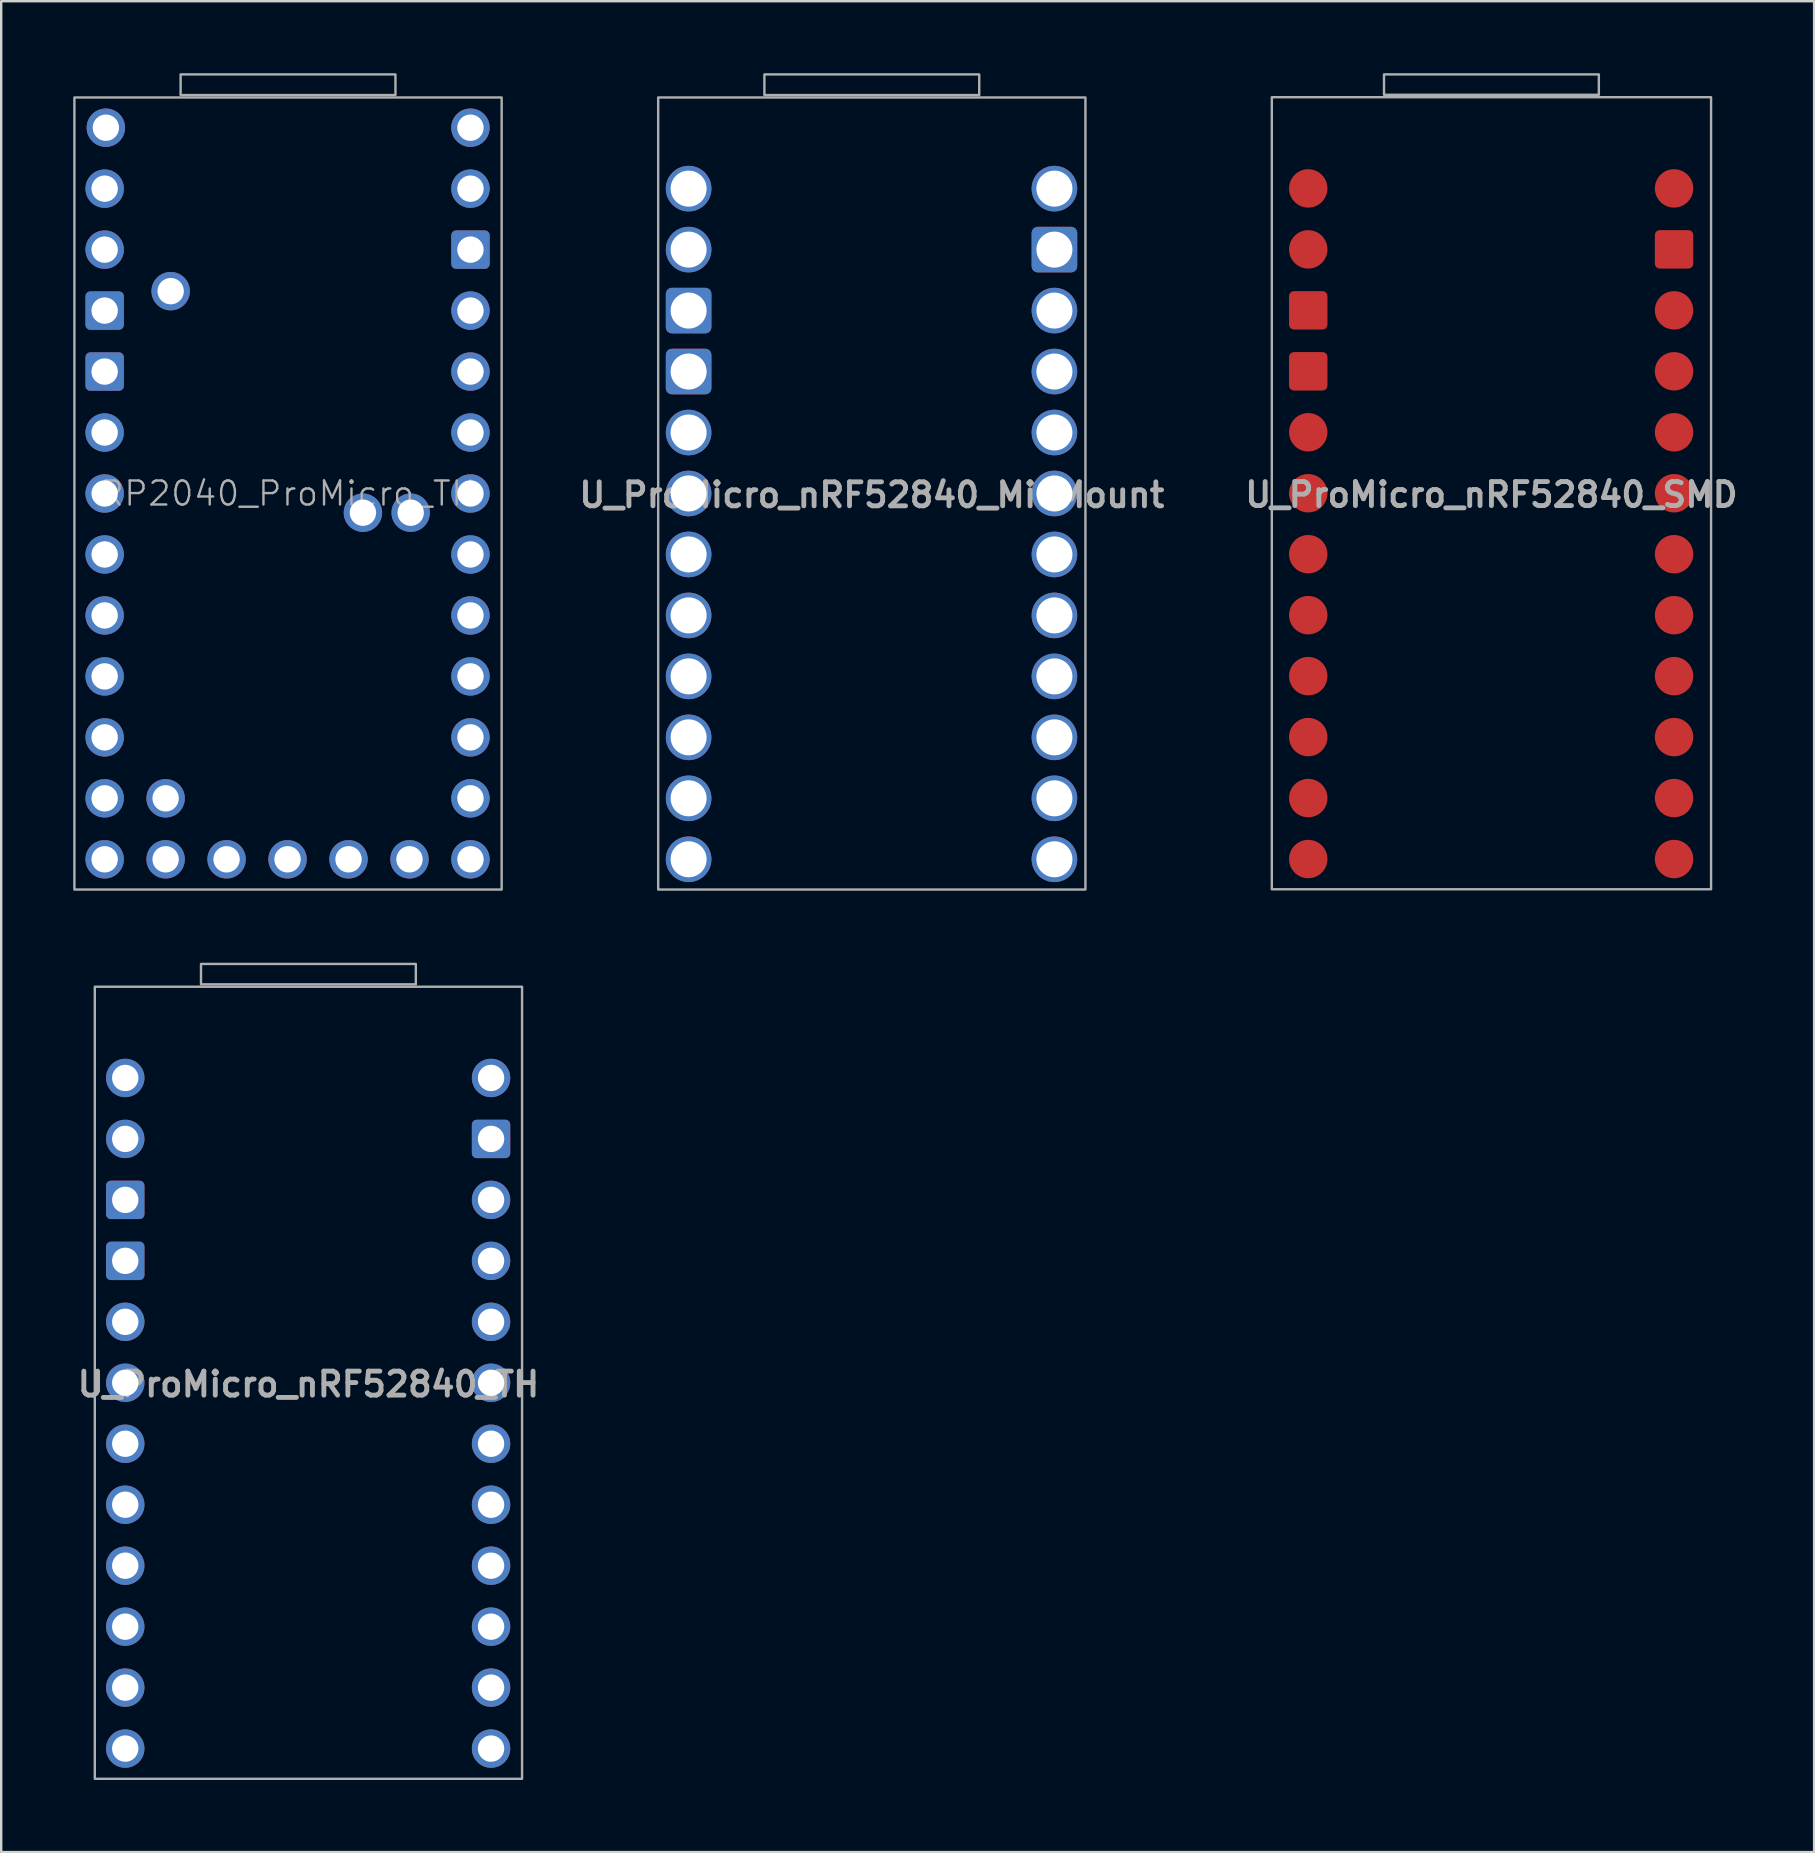
<source format=kicad_pcb>
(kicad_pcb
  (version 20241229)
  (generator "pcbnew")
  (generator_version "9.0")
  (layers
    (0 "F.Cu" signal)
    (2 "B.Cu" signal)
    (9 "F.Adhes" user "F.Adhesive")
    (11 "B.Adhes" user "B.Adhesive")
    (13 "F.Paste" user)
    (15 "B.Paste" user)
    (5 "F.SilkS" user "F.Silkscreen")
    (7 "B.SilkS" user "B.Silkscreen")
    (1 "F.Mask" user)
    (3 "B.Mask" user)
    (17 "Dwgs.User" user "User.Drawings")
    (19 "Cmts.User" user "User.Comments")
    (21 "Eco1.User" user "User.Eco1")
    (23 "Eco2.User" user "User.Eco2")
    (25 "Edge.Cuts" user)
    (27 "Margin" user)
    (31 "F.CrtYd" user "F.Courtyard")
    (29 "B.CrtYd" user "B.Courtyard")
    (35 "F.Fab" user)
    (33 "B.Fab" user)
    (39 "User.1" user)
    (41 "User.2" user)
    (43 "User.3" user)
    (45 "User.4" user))
  (footprint "RP2040_ProMicro_TH"
    (layer "F.Cu")
    (at 8.95 17.51)
    (property "Reference" "RP2040_ProMicro_TH" (at 0 0 0) (unlocked yes) (layer "F.Fab") (effects (font (size 1 1) (thickness 0.1))))
    (attr through_hole)
    (fp_rect (start -4.475 -16.6) (end 4.475 -17.46) (stroke (width 0.1) (type solid)) (fill no) (layer "F.Fab"))
    (fp_rect (start 8.9 -16.5) (end -8.9 16.5) (stroke (width 0.1) (type solid)) (fill no) (layer "F.Fab"))
    (pad "0" thru_hole circle (at -7.64 -12.7) (size 1.6 1.6) (drill 1.1) (layers "*.Cu" "*.Mask"))
    (pad "1" thru_hole circle (at -7.64 -10.16) (size 1.6 1.6) (drill 1.1) (layers "*.Cu" "*.Mask"))
    (pad "2" thru_hole circle (at -7.64 -2.54) (size 1.6 1.6) (drill 1.1) (layers "*.Cu" "*.Mask"))
    (pad "3" thru_hole circle (at -7.64 0) (size 1.6 1.6) (drill 1.1) (layers "*.Cu" "*.Mask"))
    (pad "3V3" thru_hole circle (at 7.6 -5.08) (size 1.6 1.6) (drill 1.1) (layers "*.Cu" "*.Mask"))
    (pad "4" thru_hole circle (at -7.64 2.54) (size 1.6 1.6) (drill 1.1) (layers "*.Cu" "*.Mask"))
    (pad "5" thru_hole circle (at -7.64 5.08) (size 1.6 1.6) (drill 1.1) (layers "*.Cu" "*.Mask"))
    (pad "5V" thru_hole circle (at 7.6 -12.7) (size 1.6 1.6) (drill 1.1) (layers "*.Cu" "*.Mask"))
    (pad "6" thru_hole circle (at -7.64 7.62) (size 1.6 1.6) (drill 1.1) (layers "*.Cu" "*.Mask"))
    (pad "7" thru_hole circle (at -7.64 10.16) (size 1.6 1.6) (drill 1.1) (layers "*.Cu" "*.Mask"))
    (pad "8" thru_hole circle (at -7.64 12.7) (size 1.6 1.6) (drill 1.1) (layers "*.Cu" "*.Mask"))
    (pad "9" thru_hole circle (at -7.64 15.24) (size 1.6 1.6) (drill 1.1) (layers "*.Cu" "*.Mask"))
    (pad "10" thru_hole circle (at -7.59 -15.24) (size 1.6 1.6) (drill 1.1) (layers "*.Cu" "*.Mask"))
    (pad "11" thru_hole circle (at 7.6 -15.24) (size 1.6 1.6) (drill 1.1) (layers "*.Cu" "*.Mask"))
    (pad "12" thru_hole circle (at -5.1 15.24) (size 1.6 1.6) (drill 1.1) (layers "*.Cu" "*.Mask"))
    (pad "13" thru_hole circle (at -2.56 15.24) (size 1.6 1.6) (drill 1.1) (layers "*.Cu" "*.Mask"))
    (pad "14" thru_hole circle (at -0.02 15.24) (size 1.6 1.6) (drill 1.1) (layers "*.Cu" "*.Mask"))
    (pad "15" thru_hole circle (at 2.52 15.24) (size 1.6 1.6) (drill 1.1) (layers "*.Cu" "*.Mask"))
    (pad "16" thru_hole circle (at 5.06 15.24) (size 1.6 1.6) (drill 1.1) (layers "*.Cu" "*.Mask"))
    (pad "18" thru_hole circle (at 3.12 0.8) (size 1.6 1.6) (drill 1.1) (layers "*.Cu" "*.Mask"))
    (pad "20" thru_hole circle (at 7.6 10.16) (size 1.6 1.6) (drill 1.1) (layers "*.Cu" "*.Mask"))
    (pad "21" thru_hole circle (at 7.6 15.24) (size 1.6 1.6) (drill 1.1) (layers "*.Cu" "*.Mask"))
    (pad "22" thru_hole circle (at 7.6 7.62) (size 1.6 1.6) (drill 1.1) (layers "*.Cu" "*.Mask"))
    (pad "23" thru_hole circle (at 7.6 12.7) (size 1.6 1.6) (drill 1.1) (layers "*.Cu" "*.Mask"))
    (pad "24" thru_hole circle (at 5.11 0.8) (size 1.6 1.6) (drill 1.1) (layers "*.Cu" "*.Mask"))
    (pad "25" thru_hole circle (at -5.1 12.7) (size 1.6 1.6) (drill 1.1) (layers "*.Cu" "*.Mask"))
    (pad "26" thru_hole circle (at 7.6 5.08) (size 1.6 1.6) (drill 1.1) (layers "*.Cu" "*.Mask"))
    (pad "27" thru_hole circle (at 7.6 2.54) (size 1.6 1.6) (drill 1.1) (layers "*.Cu" "*.Mask"))
    (pad "28" thru_hole circle (at 7.6 0) (size 1.6 1.6) (drill 1.1) (layers "*.Cu" "*.Mask"))
    (pad "29" thru_hole circle (at 7.6 -2.54) (size 1.6 1.6) (drill 1.1) (layers "*.Cu" "*.Mask"))
    (pad "BOOT" thru_hole circle (at -4.89 -8.43) (size 1.6 1.6) (drill 1.1) (layers "*.Cu" "*.Mask"))
    (pad "GND" thru_hole roundrect (at -7.64 -7.62) (size 1.6 1.6) (drill 1.1) (layers "*.Cu" "*.Mask") (roundrect_rratio 0.125))
    (pad "GND" thru_hole roundrect (at -7.64 -5.08) (size 1.6 1.6) (drill 1.1) (layers "*.Cu" "*.Mask") (roundrect_rratio 0.125))
    (pad "GND" thru_hole roundrect (at 7.6 -10.16) (size 1.6 1.6) (drill 1.1) (layers "*.Cu" "*.Mask") (roundrect_rratio 0.125))
    (pad "RST" thru_hole circle (at 7.6 -7.62) (size 1.6 1.6) (drill 1.1) (layers "*.Cu" "*.Mask")))
  (footprint "U_ProMicro_nRF52840_MidMount"
    (layer "F.Cu")
    (at 33.271 17.291)
    (property "Reference" "U_ProMicro_nRF52840_MidMount" (at 0 0.28 0) (layer "F.Fab") (effects (font (size 1 1) (thickness 0.203))))
    (attr through_hole)
    (fp_rect (start -4.475 -16.381) (end 4.475 -17.241) (stroke (width 0.1) (type solid)) (fill no) (layer "F.Fab"))
    (fp_rect (start 8.9 -16.281) (end -8.9 16.719) (stroke (width 0.1) (type solid)) (fill no) (layer "F.Fab"))
    (pad "1" thru_hole oval (at -7.632 -12.482) (size 1.9 1.9) (drill 1.5) (layers "*.Cu" "*.Paste" "*.Mask"))
    (pad "2" thru_hole oval (at -7.632 -9.942) (size 1.9 1.9) (drill 1.5) (layers "*.Cu" "*.Paste" "*.Mask"))
    (pad "3" thru_hole roundrect (at -7.632 -7.402) (size 1.9 1.9) (drill 1.5) (layers "*.Cu" "*.Paste" "*.Mask") (roundrect_rratio 0.132))
    (pad "4" thru_hole roundrect (at -7.632 -4.862) (size 1.9 1.9) (drill 1.5) (layers "*.Cu" "*.Paste" "*.Mask") (roundrect_rratio 0.132))
    (pad "5" thru_hole oval (at -7.632 -2.322) (size 1.9 1.9) (drill 1.5) (layers "*.Cu" "*.Paste" "*.Mask"))
    (pad "6" thru_hole oval (at -7.632 0.218) (size 1.9 1.9) (drill 1.5) (layers "*.Cu" "*.Paste" "*.Mask"))
    (pad "7" thru_hole oval (at -7.632 2.758) (size 1.9 1.9) (drill 1.5) (layers "*.Cu" "*.Paste" "*.Mask"))
    (pad "8" thru_hole oval (at -7.632 5.298) (size 1.9 1.9) (drill 1.5) (layers "*.Cu" "*.Paste" "*.Mask"))
    (pad "9" thru_hole oval (at -7.632 7.838) (size 1.9 1.9) (drill 1.5) (layers "*.Cu" "*.Paste" "*.Mask"))
    (pad "10" thru_hole oval (at -7.632 10.378) (size 1.9 1.9) (drill 1.5) (layers "*.Cu" "*.Paste" "*.Mask"))
    (pad "11" thru_hole oval (at -7.632 12.918) (size 1.9 1.9) (drill 1.5) (layers "*.Cu" "*.Paste" "*.Mask"))
    (pad "12" thru_hole oval (at -7.632 15.458) (size 1.9 1.9) (drill 1.5) (layers "*.Cu" "*.Paste" "*.Mask"))
    (pad "13" thru_hole oval (at 7.608 15.458) (size 1.9 1.9) (drill 1.5) (layers "*.Cu" "*.Paste" "*.Mask"))
    (pad "14" thru_hole oval (at 7.608 12.918) (size 1.9 1.9) (drill 1.5) (layers "*.Cu" "*.Paste" "*.Mask"))
    (pad "15" thru_hole oval (at 7.608 10.378) (size 1.9 1.9) (drill 1.5) (layers "*.Cu" "*.Paste" "*.Mask"))
    (pad "16" thru_hole oval (at 7.608 7.838) (size 1.9 1.9) (drill 1.5) (layers "*.Cu" "*.Paste" "*.Mask"))
    (pad "17" thru_hole oval (at 7.608 5.298) (size 1.9 1.9) (drill 1.5) (layers "*.Cu" "*.Paste" "*.Mask"))
    (pad "18" thru_hole oval (at 7.608 2.758) (size 1.9 1.9) (drill 1.5) (layers "*.Cu" "*.Paste" "*.Mask"))
    (pad "19" thru_hole oval (at 7.608 0.218) (size 1.9 1.9) (drill 1.5) (layers "*.Cu" "*.Paste" "*.Mask"))
    (pad "20" thru_hole oval (at 7.608 -2.322) (size 1.9 1.9) (drill 1.5) (layers "*.Cu" "*.Paste" "*.Mask"))
    (pad "21" thru_hole oval (at 7.608 -4.862) (size 1.9 1.9) (drill 1.5) (layers "*.Cu" "*.Paste" "*.Mask"))
    (pad "22" thru_hole oval (at 7.608 -7.402) (size 1.9 1.9) (drill 1.5) (layers "*.Cu" "*.Paste" "*.Mask"))
    (pad "23" thru_hole roundrect (at 7.608 -9.942) (size 1.9 1.9) (drill 1.5) (layers "*.Cu" "*.Paste" "*.Mask") (roundrect_rratio 0.132))
    (pad "24" thru_hole oval (at 7.608 -12.482) (size 1.9 1.9) (drill 1.5) (layers "*.Cu" "*.Paste" "*.Mask")))
  (footprint "U_ProMicro_nRF52840_TH"
    (layer "F.Cu")
    (at 9.8 54.341)
    (property "Reference" "U_ProMicro_nRF52840_TH" (at 0 0.28 0) (layer "F.Fab") (effects (font (size 1 1) (thickness 0.203))))
    (attr through_hole)
    (fp_rect (start -4.476 -16.381) (end 4.474 -17.231) (stroke (width 0.1) (type solid)) (fill no) (layer "F.Fab"))
    (fp_rect (start 8.9 -16.282) (end -8.9 16.718) (stroke (width 0.1) (type solid)) (fill no) (layer "F.Fab"))
    (pad "1" thru_hole circle (at -7.632 -12.482 90) (size 1.6 1.6) (drill 1.1) (layers "*.Cu" "*.Mask"))
    (pad "2" thru_hole circle (at -7.632 -9.942 90) (size 1.6 1.6) (drill 1.1) (layers "*.Cu" "*.Mask"))
    (pad "3" thru_hole roundrect (at -7.632 -7.402 90) (size 1.6 1.6) (drill 1.1) (layers "*.Cu" "*.Mask") (roundrect_rratio 0.125))
    (pad "4" thru_hole roundrect (at -7.632 -4.862 90) (size 1.6 1.6) (drill 1.1) (layers "*.Cu" "*.Mask") (roundrect_rratio 0.125))
    (pad "5" thru_hole circle (at -7.632 -2.322 90) (size 1.6 1.6) (drill 1.1) (layers "*.Cu" "*.Mask"))
    (pad "6" thru_hole circle (at -7.632 0.218 90) (size 1.6 1.6) (drill 1.1) (layers "*.Cu" "*.Mask"))
    (pad "7" thru_hole circle (at -7.632 2.758 90) (size 1.6 1.6) (drill 1.1) (layers "*.Cu" "*.Mask"))
    (pad "8" thru_hole circle (at -7.632 5.298 90) (size 1.6 1.6) (drill 1.1) (layers "*.Cu" "*.Mask"))
    (pad "9" thru_hole circle (at -7.632 7.838 90) (size 1.6 1.6) (drill 1.1) (layers "*.Cu" "*.Mask"))
    (pad "10" thru_hole circle (at -7.632 10.378 90) (size 1.6 1.6) (drill 1.1) (layers "*.Cu" "*.Mask"))
    (pad "11" thru_hole circle (at -7.632 12.918 90) (size 1.6 1.6) (drill 1.1) (layers "*.Cu" "*.Mask"))
    (pad "12" thru_hole circle (at -7.632 15.458 90) (size 1.6 1.6) (drill 1.1) (layers "*.Cu" "*.Mask"))
    (pad "13" thru_hole circle (at 7.608 15.458 270) (size 1.6 1.6) (drill 1.1) (layers "*.Cu" "*.Mask"))
    (pad "14" thru_hole circle (at 7.608 12.918 270) (size 1.6 1.6) (drill 1.1) (layers "*.Cu" "*.Mask"))
    (pad "15" thru_hole circle (at 7.608 10.378 270) (size 1.6 1.6) (drill 1.1) (layers "*.Cu" "*.Mask"))
    (pad "16" thru_hole circle (at 7.608 7.838 270) (size 1.6 1.6) (drill 1.1) (layers "*.Cu" "*.Mask"))
    (pad "17" thru_hole circle (at 7.608 5.298 270) (size 1.6 1.6) (drill 1.1) (layers "*.Cu" "*.Mask"))
    (pad "18" thru_hole circle (at 7.608 2.758 270) (size 1.6 1.6) (drill 1.1) (layers "*.Cu" "*.Mask"))
    (pad "19" thru_hole circle (at 7.608 0.218 270) (size 1.6 1.6) (drill 1.1) (layers "*.Cu" "*.Mask"))
    (pad "20" thru_hole circle (at 7.608 -2.322 270) (size 1.6 1.6) (drill 1.1) (layers "*.Cu" "*.Mask"))
    (pad "21" thru_hole circle (at 7.608 -4.862 270) (size 1.6 1.6) (drill 1.1) (layers "*.Cu" "*.Mask"))
    (pad "22" thru_hole circle (at 7.608 -7.402 270) (size 1.6 1.6) (drill 1.1) (layers "*.Cu" "*.Mask"))
    (pad "23" thru_hole roundrect (at 7.608 -9.942 270) (size 1.6 1.6) (drill 1.1) (layers "*.Cu" "*.Mask") (roundrect_rratio 0.125))
    (pad "24" thru_hole circle (at 7.608 -12.482 270) (size 1.6 1.6) (drill 1.1) (layers "*.Cu" "*.Mask")))
  (footprint "U_ProMicro_nRF52840_SMD"
    (layer "F.Cu")
    (at 59.086 17.281)
    (property "Reference" "U_ProMicro_nRF52840_SMD" (at 0 0.28 0) (layer "F.Fab") (effects (font (size 1 1) (thickness 0.203))))
    (attr through_hole)
    (fp_rect (start -4.476 -16.381) (end 4.474 -17.231) (stroke (width 0.1) (type solid)) (fill no) (layer "F.Fab"))
    (fp_rect (start 9.15 -16.282) (end -9.15 16.718) (stroke (width 0.1) (type solid)) (fill no) (layer "F.Fab"))
    (pad "1" smd circle (at -7.632 -12.482 90) (size 1.6 1.6) (layers "F.Cu" "F.Mask" "F.Paste"))
    (pad "2" smd circle (at -7.632 -9.942 90) (size 1.6 1.6) (layers "F.Cu" "F.Mask" "F.Paste"))
    (pad "3" smd roundrect (at -7.632 -7.402 90) (size 1.6 1.6) (layers "F.Cu" "F.Mask" "F.Paste") (roundrect_rratio 0.125))
    (pad "4" smd roundrect (at -7.632 -4.862 90) (size 1.6 1.6) (layers "F.Cu" "F.Mask" "F.Paste") (roundrect_rratio 0.125))
    (pad "5" smd circle (at -7.632 -2.322 90) (size 1.6 1.6) (layers "F.Cu" "F.Mask" "F.Paste"))
    (pad "6" smd circle (at -7.632 0.218 90) (size 1.6 1.6) (layers "F.Cu" "F.Mask" "F.Paste"))
    (pad "7" smd circle (at -7.632 2.758 90) (size 1.6 1.6) (layers "F.Cu" "F.Mask" "F.Paste"))
    (pad "8" smd circle (at -7.632 5.298 90) (size 1.6 1.6) (layers "F.Cu" "F.Mask" "F.Paste"))
    (pad "9" smd circle (at -7.632 7.838 90) (size 1.6 1.6) (layers "F.Cu" "F.Mask" "F.Paste"))
    (pad "10" smd circle (at -7.632 10.378 90) (size 1.6 1.6) (layers "F.Cu" "F.Mask" "F.Paste"))
    (pad "11" smd circle (at -7.632 12.918 90) (size 1.6 1.6) (layers "F.Cu" "F.Mask" "F.Paste"))
    (pad "12" smd circle (at -7.632 15.458 90) (size 1.6 1.6) (layers "F.Cu" "F.Mask" "F.Paste"))
    (pad "13" smd circle (at 7.608 15.458 90) (size 1.6 1.6) (layers "F.Cu" "F.Mask" "F.Paste"))
    (pad "14" smd circle (at 7.608 12.918 90) (size 1.6 1.6) (layers "F.Cu" "F.Mask" "F.Paste"))
    (pad "15" smd circle (at 7.608 10.378 90) (size 1.6 1.6) (layers "F.Cu" "F.Mask" "F.Paste"))
    (pad "16" smd circle (at 7.608 7.838 90) (size 1.6 1.6) (layers "F.Cu" "F.Mask" "F.Paste"))
    (pad "17" smd circle (at 7.608 5.298 90) (size 1.6 1.6) (layers "F.Cu" "F.Mask" "F.Paste"))
    (pad "18" smd circle (at 7.608 2.758 90) (size 1.6 1.6) (layers "F.Cu" "F.Mask" "F.Paste"))
    (pad "19" smd circle (at 7.608 0.218 90) (size 1.6 1.6) (layers "F.Cu" "F.Mask" "F.Paste"))
    (pad "20" smd circle (at 7.608 -2.322 90) (size 1.6 1.6) (layers "F.Cu" "F.Mask" "F.Paste"))
    (pad "21" smd circle (at 7.608 -4.862 90) (size 1.6 1.6) (layers "F.Cu" "F.Mask" "F.Paste"))
    (pad "22" smd circle (at 7.608 -7.402 90) (size 1.6 1.6) (layers "F.Cu" "F.Mask" "F.Paste"))
    (pad "23" smd roundrect (at 7.608 -9.942 90) (size 1.6 1.6) (layers "F.Cu" "F.Mask" "F.Paste") (roundrect_rratio 0.125))
    (pad "24" smd circle (at 7.608 -12.482 90) (size 1.6 1.6) (layers "F.Cu" "F.Mask" "F.Paste")))
  (gr_rect
    (start -3 -3)
    (end 72.529 74.11)
    (stroke (width 0.1) (type default))
    (fill no)
    (layer "Edge.Cuts")))
</source>
